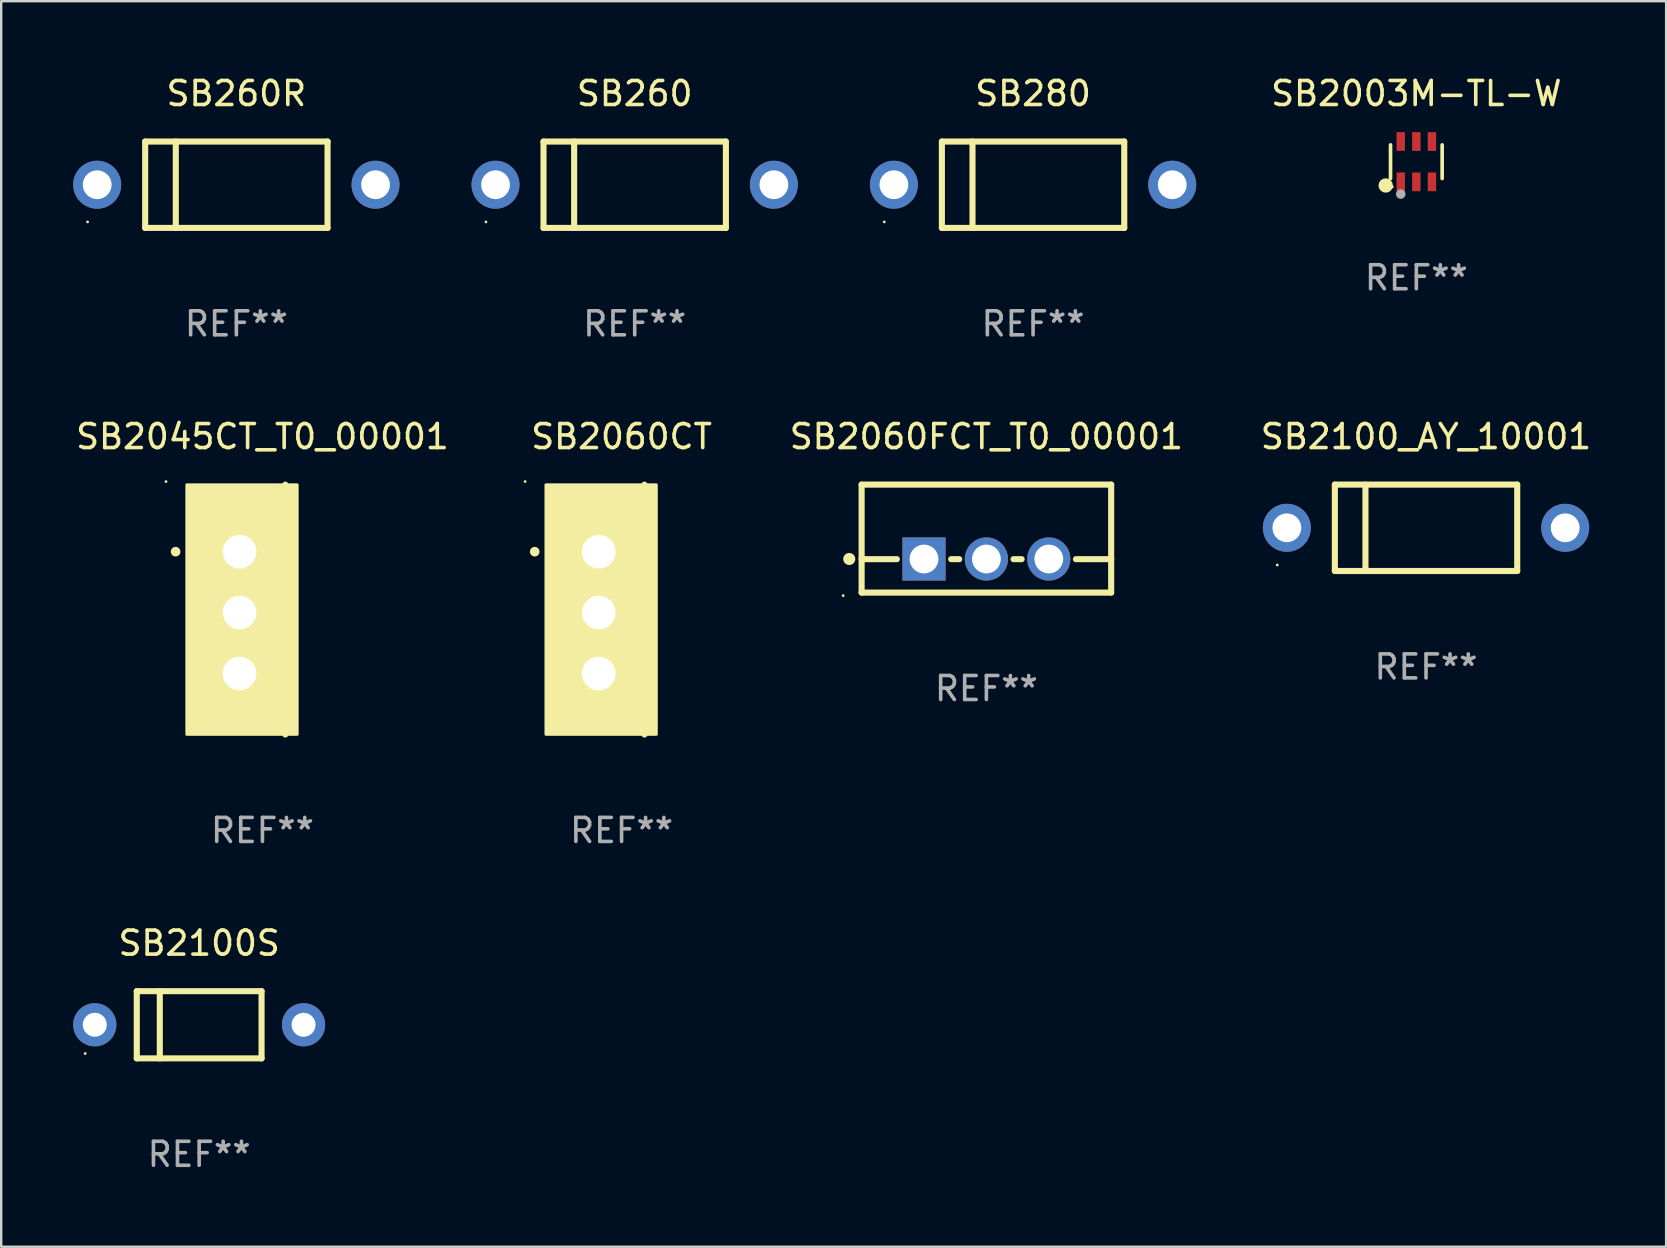
<source format=kicad_pcb>
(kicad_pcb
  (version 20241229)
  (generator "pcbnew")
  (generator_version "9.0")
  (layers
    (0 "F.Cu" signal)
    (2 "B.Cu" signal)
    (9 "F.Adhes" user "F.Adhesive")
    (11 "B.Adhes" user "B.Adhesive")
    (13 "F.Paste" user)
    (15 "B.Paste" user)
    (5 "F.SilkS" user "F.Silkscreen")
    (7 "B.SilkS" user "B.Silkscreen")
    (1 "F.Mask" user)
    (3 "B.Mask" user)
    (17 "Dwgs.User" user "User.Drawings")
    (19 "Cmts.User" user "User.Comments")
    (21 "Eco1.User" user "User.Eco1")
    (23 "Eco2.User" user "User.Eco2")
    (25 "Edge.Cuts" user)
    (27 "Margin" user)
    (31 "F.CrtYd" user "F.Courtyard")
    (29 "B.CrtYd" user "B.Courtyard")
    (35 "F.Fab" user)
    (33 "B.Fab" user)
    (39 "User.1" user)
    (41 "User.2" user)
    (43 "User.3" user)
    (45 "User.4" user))
  (footprint "SB2003M-TL-W"
    (layer "F.Cu")
    (at 55.973 3.688)
    (property "Reference" "SB2003M-TL-W" (at 0 -2.84 0) (layer "F.SilkS") (effects (font (size 1 1) (thickness 0.15))))
    (attr through_hole)
    (fp_line (start -1.076 0.701) (end -1.076 -0.701) (stroke (width 0.152) (type solid)) (layer "F.SilkS"))
    (fp_line (start 1.076 0.701) (end 1.076 -0.701) (stroke (width 0.152) (type solid)) (layer "F.SilkS"))
    (fp_circle (center -1.277 0.992) (end -1.127 0.992) (stroke (width 0.3) (type solid)) (fill no) (layer "F.SilkS"))
    (fp_circle (center -1 1.05) (end -0.97 1.05) (stroke (width 0.06) (type solid)) (fill no) (layer "F.SilkS"))
    (fp_circle (center -0.65 1.35) (end -0.55 1.35) (stroke (width 0.2) (type solid)) (fill no) (layer "F.Fab"))
    (fp_text user "REF**" (at 0 4.84 0) (layer "F.Fab") (effects (font (size 1 1) (thickness 0.15))))
    (pad "1" smd rect (at -0.65 0.84) (size 0.35 0.78) (layers "F.Cu" "F.Mask" "F.Paste"))
    (pad "2" smd rect (at 0 0.84) (size 0.35 0.78) (layers "F.Cu" "F.Mask" "F.Paste"))
    (pad "3" smd rect (at 0.65 0.84) (size 0.35 0.78) (layers "F.Cu" "F.Mask" "F.Paste"))
    (pad "4" smd rect (at 0.65 -0.84) (size 0.35 0.78) (layers "F.Cu" "F.Mask" "F.Paste"))
    (pad "5" smd rect (at 0 -0.84) (size 0.35 0.78) (layers "F.Cu" "F.Mask" "F.Paste"))
    (pad "6" smd rect (at -0.65 -0.84) (size 0.35 0.78) (layers "F.Cu" "F.Mask" "F.Paste")))
  (footprint "SB280"
    (layer "F.Cu")
    (at 40.001 4.648)
    (property "Reference" "SB280" (at 0 -3.8 0) (layer "F.SilkS") (effects (font (size 1 1) (thickness 0.15))))
    (attr through_hole)
    (fp_line (start -3.8 -1.8) (end -3.8 1.8) (stroke (width 0.254) (type solid)) (layer "F.SilkS"))
    (fp_line (start -3.8 -1.8) (end 3.8 -1.8) (stroke (width 0.254) (type solid)) (layer "F.SilkS"))
    (fp_line (start -3.8 1.8) (end 3.8 1.8) (stroke (width 0.254) (type solid)) (layer "F.SilkS"))
    (fp_line (start -2.524 -1.8) (end -2.524 1.8) (stroke (width 0.254) (type solid)) (layer "F.SilkS"))
    (fp_line (start 3.8 -1.8) (end 3.8 1.8) (stroke (width 0.254) (type solid)) (layer "F.SilkS"))
    (fp_circle (center -6.2 1.55) (end -6.17 1.55) (stroke (width 0.06) (type solid)) (fill no) (layer "F.SilkS"))
    (fp_text user "REF**" (at 0 5.8 0) (layer "F.Fab") (effects (font (size 1 1) (thickness 0.15))))
    (pad "1" thru_hole circle (at -5.8 0) (size 2 2) (drill 1.2) (layers "*.Cu" "*.Mask"))
    (pad "2" thru_hole circle (at 5.8 0) (size 2 2) (drill 1.2) (layers "*.Cu" "*.Mask")))
  (footprint "SB2100S"
    (layer "F.Cu")
    (at 5.25 39.655)
    (property "Reference" "SB2100S" (at 0 -3.4 0) (layer "F.SilkS") (effects (font (size 1 1) (thickness 0.15))))
    (attr through_hole)
    (fp_line (start -2.6 -1.4) (end -2.6 1.4) (stroke (width 0.254) (type solid)) (layer "F.SilkS"))
    (fp_line (start -2.6 -1.4) (end 2.6 -1.4) (stroke (width 0.254) (type solid)) (layer "F.SilkS"))
    (fp_line (start -2.6 1.4) (end 2.6 1.4) (stroke (width 0.254) (type solid)) (layer "F.SilkS"))
    (fp_line (start -1.641 -1.4) (end -1.641 1.4) (stroke (width 0.254) (type solid)) (layer "F.SilkS"))
    (fp_line (start 2.6 -1.4) (end 2.6 1.4) (stroke (width 0.254) (type solid)) (layer "F.SilkS"))
    (fp_circle (center -4.75 1.2) (end -4.72 1.2) (stroke (width 0.06) (type solid)) (fill no) (layer "F.SilkS"))
    (fp_text user "REF**" (at 0 5.4 0) (layer "F.Fab") (effects (font (size 1 1) (thickness 0.15))))
    (pad "1" thru_hole circle (at -4.35 0) (size 1.8 1.8) (drill 1) (layers "*.Cu" "*.Mask"))
    (pad "2" thru_hole circle (at 4.35 0) (size 1.8 1.8) (drill 1) (layers "*.Cu" "*.Mask")))
  (footprint "SB260R"
    (layer "F.Cu")
    (at 6.8 4.648)
    (property "Reference" "SB260R" (at 0 -3.8 0) (layer "F.SilkS") (effects (font (size 1 1) (thickness 0.15))))
    (attr through_hole)
    (fp_line (start -3.8 -1.8) (end -3.8 1.8) (stroke (width 0.254) (type solid)) (layer "F.SilkS"))
    (fp_line (start -3.8 -1.8) (end 3.8 -1.8) (stroke (width 0.254) (type solid)) (layer "F.SilkS"))
    (fp_line (start -3.8 1.8) (end 3.8 1.8) (stroke (width 0.254) (type solid)) (layer "F.SilkS"))
    (fp_line (start -2.524 -1.8) (end -2.524 1.8) (stroke (width 0.254) (type solid)) (layer "F.SilkS"))
    (fp_line (start 3.8 -1.8) (end 3.8 1.8) (stroke (width 0.254) (type solid)) (layer "F.SilkS"))
    (fp_circle (center -6.2 1.55) (end -6.17 1.55) (stroke (width 0.06) (type solid)) (fill no) (layer "F.SilkS"))
    (fp_text user "REF**" (at 0 5.8 0) (layer "F.Fab") (effects (font (size 1 1) (thickness 0.15))))
    (pad "1" thru_hole circle (at -5.8 0) (size 2 2) (drill 1.2) (layers "*.Cu" "*.Mask"))
    (pad "2" thru_hole circle (at 5.8 0) (size 2 2) (drill 1.2) (layers "*.Cu" "*.Mask")))
  (footprint "SB2060FCT_T0_00001"
    (layer "F.Cu")
    (at 38.056 19.395)
    (property "Reference" "SB2060FCT_T0_00001" (at 0 -4.25 0) (layer "F.SilkS") (effects (font (size 1 1) (thickness 0.15))))
    (attr through_hole)
    (fp_line (start -5.2 -2.25) (end -5.2 2.25) (stroke (width 0.254) (type solid)) (layer "F.SilkS"))
    (fp_line (start -5.2 -2.25) (end 5.2 -2.25) (stroke (width 0.254) (type solid)) (layer "F.SilkS"))
    (fp_line (start -5.2 0.857) (end -3.731 0.857) (stroke (width 0.254) (type solid)) (layer "F.SilkS"))
    (fp_line (start -5.2 2.25) (end 5.2 2.25) (stroke (width 0.254) (type solid)) (layer "F.SilkS"))
    (fp_line (start -1.469 0.857) (end -1.131 0.857) (stroke (width 0.254) (type solid)) (layer "F.SilkS"))
    (fp_line (start 1.131 0.857) (end 1.469 0.857) (stroke (width 0.254) (type solid)) (layer "F.SilkS"))
    (fp_line (start 3.731 0.857) (end 5.2 0.857) (stroke (width 0.254) (type solid)) (layer "F.SilkS"))
    (fp_line (start 5.2 -2.25) (end 5.2 2.25) (stroke (width 0.254) (type solid)) (layer "F.SilkS"))
    (fp_circle (center -5.969 2.377) (end -5.939 2.377) (stroke (width 0.06) (type solid)) (fill no) (layer "F.SilkS"))
    (fp_circle (center -5.715 0.85) (end -5.588 0.85) (stroke (width 0.254) (type solid)) (fill no) (layer "F.SilkS"))
    (fp_text user "REF**" (at 0 6.25 0) (layer "F.Fab") (effects (font (size 1 1) (thickness 0.15))))
    (pad "1" thru_hole rect (at -2.6 0.85) (size 1.8 1.8) (drill 1.2) (layers "*.Cu" "*.Mask"))
    (pad "2" thru_hole circle (at 0 0.85) (size 1.8 1.8) (drill 1.2) (layers "*.Cu" "*.Mask"))
    (pad "3" thru_hole circle (at 2.6 0.85) (size 1.8 1.8) (drill 1.2) (layers "*.Cu" "*.Mask")))
  (footprint "SB2060CT"
    (layer "F.Cu")
    (at 22.853 22.352)
    (property "Reference" "SB2060CT" (at 0 -7.207 0) (layer "F.SilkS") (effects (font (size 1 1) (thickness 0.15))))
    (attr through_hole)
    (fp_line (start 0.953 5.207) (end 0.953 -5.207) (stroke (width 0.254) (type solid)) (layer "F.SilkS"))
    (fp_arc (start -3.619507 -2.410465) (mid -3.619511 -2.411735) (end -3.619507 -2.413005) (stroke (width 0.4) (type solid)) (layer "F.SilkS"))
    (fp_circle (center -4.02 -5.334) (end -3.99 -5.334) (stroke (width 0.06) (type solid)) (fill no) (layer "F.SilkS"))
    (fp_poly (pts (xy -3.152 -5.2) (xy 1.448 -5.2) (xy 1.448 5.2) (xy -3.152 5.2)) (stroke (width 0.12) (type solid)) (fill yes) (layer "F.SilkS"))
    (fp_text user "REF**" (at 0 9.207 0) (layer "F.Fab") (effects (font (size 1 1) (thickness 0.15))))
    (pad "1" thru_hole rect (at -0.953 -2.413 270) (size 2 2.5) (drill 1.4) (layers "*.Cu" "*.Mask"))
    (pad "2" thru_hole oval (at -0.953 0.127 270) (size 2 2.5) (drill 1.4) (layers "*.Cu" "*.Mask"))
    (pad "3" thru_hole oval (at -0.953 2.667 270) (size 2 2.5) (drill 1.4) (layers "*.Cu" "*.Mask")))
  (footprint "SB260"
    (layer "F.Cu")
    (at 23.4 4.648)
    (property "Reference" "SB260" (at 0 -3.8 0) (layer "F.SilkS") (effects (font (size 1 1) (thickness 0.15))))
    (attr through_hole)
    (fp_line (start -3.8 -1.8) (end -3.8 1.8) (stroke (width 0.254) (type solid)) (layer "F.SilkS"))
    (fp_line (start -3.8 -1.8) (end 3.8 -1.8) (stroke (width 0.254) (type solid)) (layer "F.SilkS"))
    (fp_line (start -3.8 1.8) (end 3.8 1.8) (stroke (width 0.254) (type solid)) (layer "F.SilkS"))
    (fp_line (start -2.524 -1.8) (end -2.524 1.8) (stroke (width 0.254) (type solid)) (layer "F.SilkS"))
    (fp_line (start 3.8 -1.8) (end 3.8 1.8) (stroke (width 0.254) (type solid)) (layer "F.SilkS"))
    (fp_circle (center -6.2 1.55) (end -6.17 1.55) (stroke (width 0.06) (type solid)) (fill no) (layer "F.SilkS"))
    (fp_text user "REF**" (at 0 5.8 0) (layer "F.Fab") (effects (font (size 1 1) (thickness 0.15))))
    (pad "1" thru_hole circle (at -5.8 0) (size 2 2) (drill 1.2) (layers "*.Cu" "*.Mask"))
    (pad "2" thru_hole circle (at 5.8 0) (size 2 2) (drill 1.2) (layers "*.Cu" "*.Mask")))
  (footprint "SB2100_AY_10001"
    (layer "F.Cu")
    (at 56.377 18.945)
    (property "Reference" "SB2100_AY_10001" (at 0 -3.8 0) (layer "F.SilkS") (effects (font (size 1 1) (thickness 0.15))))
    (attr through_hole)
    (fp_line (start -3.8 -1.8) (end -3.8 1.8) (stroke (width 0.254) (type solid)) (layer "F.SilkS"))
    (fp_line (start -3.8 -1.8) (end 3.8 -1.8) (stroke (width 0.254) (type solid)) (layer "F.SilkS"))
    (fp_line (start -3.8 1.8) (end 3.8 1.8) (stroke (width 0.254) (type solid)) (layer "F.SilkS"))
    (fp_line (start -2.524 -1.8) (end -2.524 1.8) (stroke (width 0.254) (type solid)) (layer "F.SilkS"))
    (fp_line (start 3.8 -1.8) (end 3.8 1.8) (stroke (width 0.254) (type solid)) (layer "F.SilkS"))
    (fp_circle (center -6.2 1.55) (end -6.17 1.55) (stroke (width 0.06) (type solid)) (fill no) (layer "F.SilkS"))
    (fp_text user "REF**" (at 0 5.8 0) (layer "F.Fab") (effects (font (size 1 1) (thickness 0.15))))
    (pad "1" thru_hole circle (at -5.8 0) (size 2 2) (drill 1.2) (layers "*.Cu" "*.Mask"))
    (pad "2" thru_hole circle (at 5.8 0) (size 2 2) (drill 1.2) (layers "*.Cu" "*.Mask")))
  (footprint "SB2045CT_T0_00001"
    (layer "F.Cu")
    (at 7.887 22.352)
    (property "Reference" "SB2045CT_T0_00001" (at 0 -7.207 0) (layer "F.SilkS") (effects (font (size 1 1) (thickness 0.15))))
    (attr through_hole)
    (fp_line (start 0.953 5.207) (end 0.953 -5.207) (stroke (width 0.254) (type solid)) (layer "F.SilkS"))
    (fp_arc (start -3.619507 -2.410465) (mid -3.619511 -2.411735) (end -3.619507 -2.413005) (stroke (width 0.4) (type solid)) (layer "F.SilkS"))
    (fp_circle (center -4.02 -5.334) (end -3.99 -5.334) (stroke (width 0.06) (type solid)) (fill no) (layer "F.SilkS"))
    (fp_poly (pts (xy -3.152 -5.2) (xy 1.448 -5.2) (xy 1.448 5.2) (xy -3.152 5.2)) (stroke (width 0.12) (type solid)) (fill yes) (layer "F.SilkS"))
    (fp_text user "REF**" (at 0 9.207 0) (layer "F.Fab") (effects (font (size 1 1) (thickness 0.15))))
    (pad "1" thru_hole rect (at -0.953 -2.413 270) (size 2 2.5) (drill 1.4) (layers "*.Cu" "*.Mask"))
    (pad "2" thru_hole oval (at -0.953 0.127 270) (size 2 2.5) (drill 1.4) (layers "*.Cu" "*.Mask"))
    (pad "3" thru_hole oval (at -0.953 2.667 270) (size 2 2.5) (drill 1.4) (layers "*.Cu" "*.Mask")))
  (gr_rect
    (start -3 -3)
    (end 66.383 48.904)
    (stroke (width 0.1) (type default))
    (fill no)
    (layer "Edge.Cuts")))
</source>
